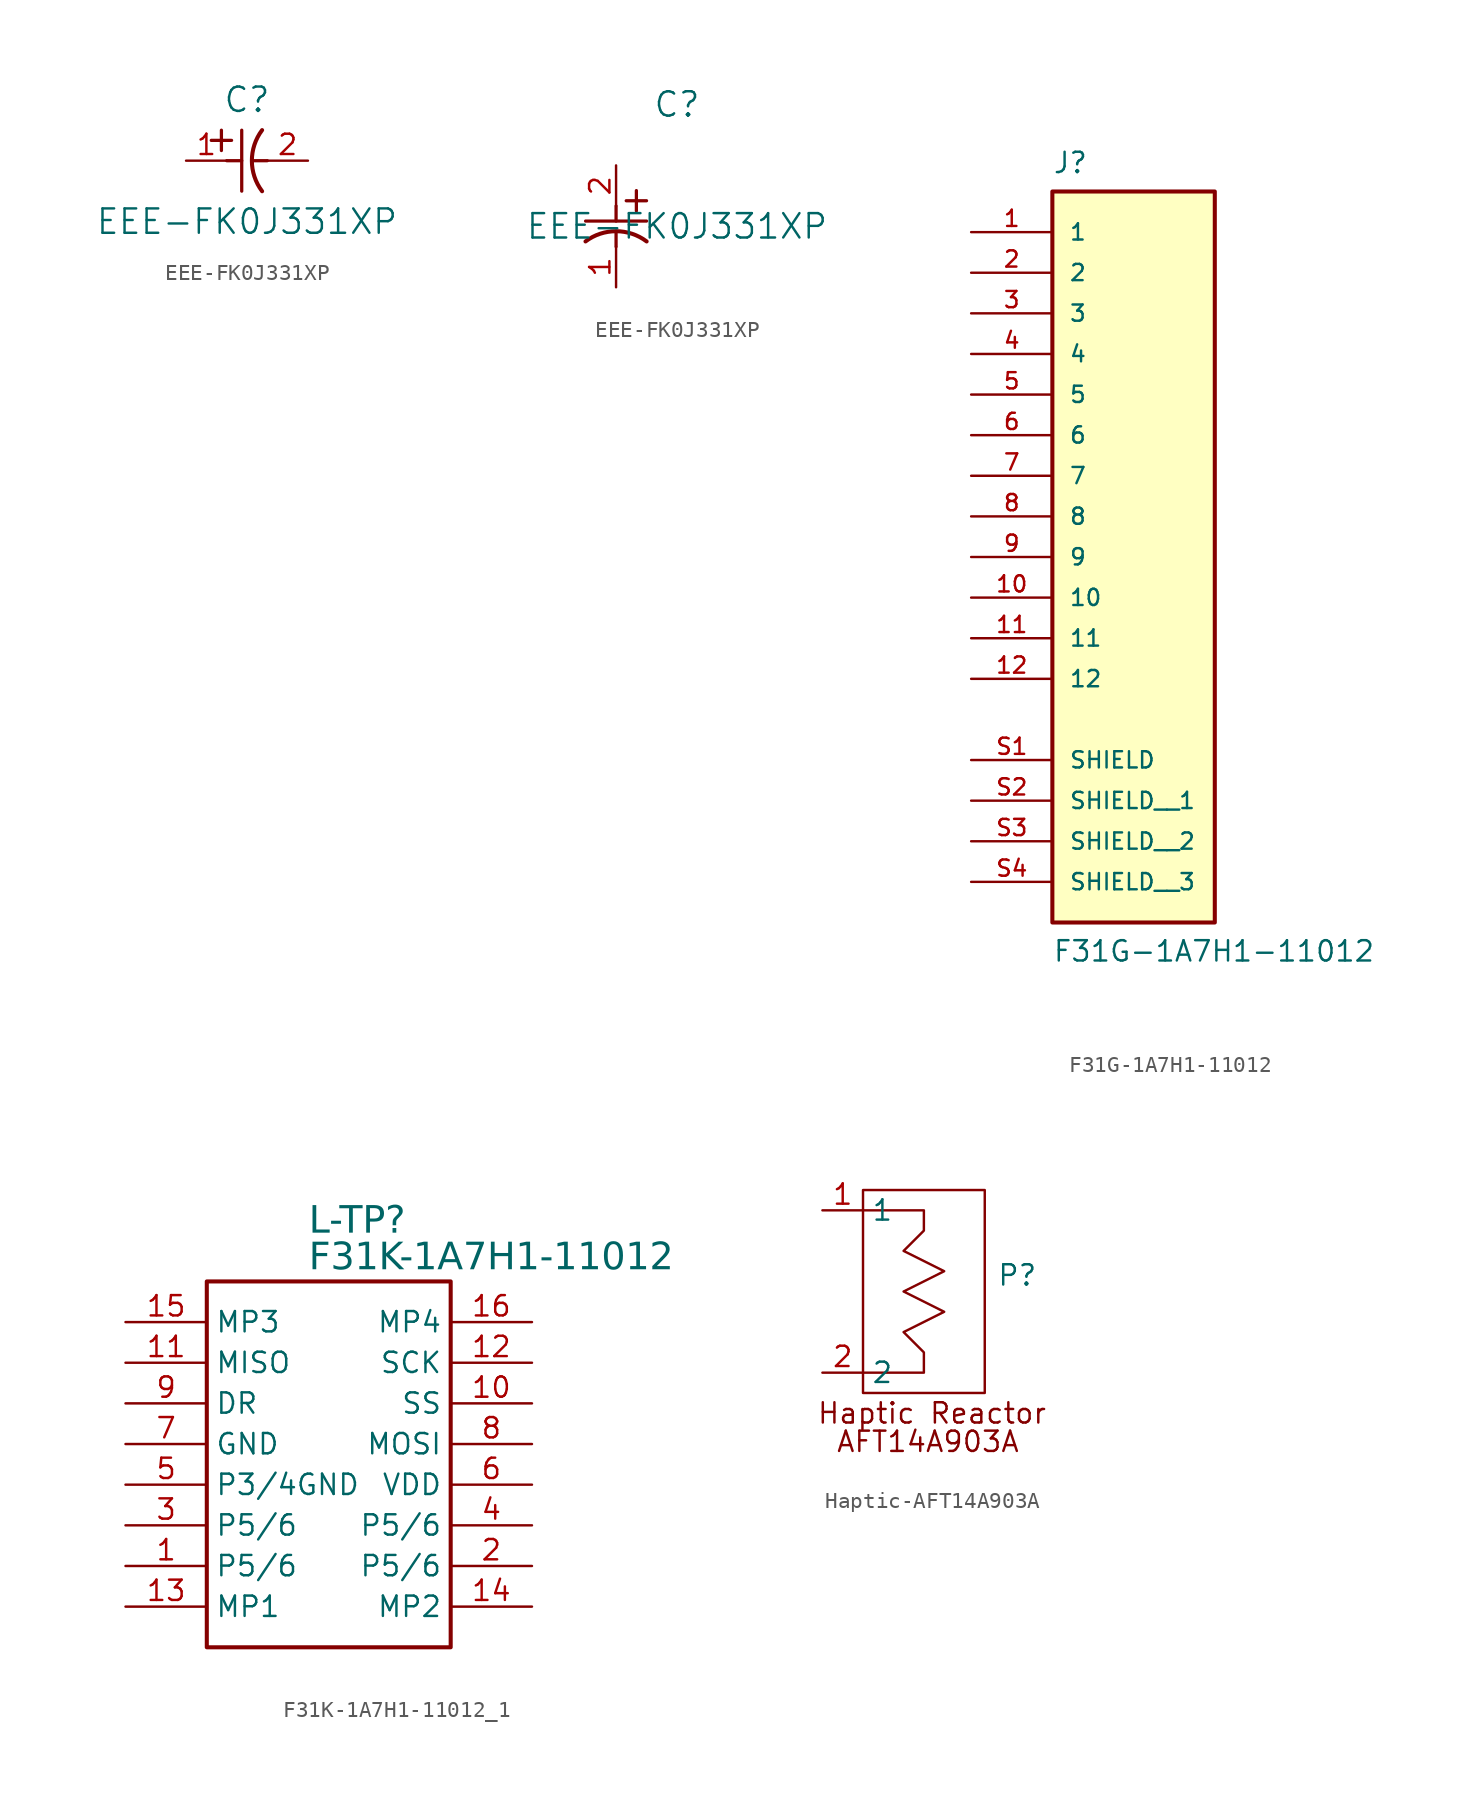
<source format=kicad_sym>
(kicad_symbol_lib
  (version 20241209)
  (generator "kicad_symbol_editor")
  (generator_version "9.0")
  (symbol "EEE-FK0J331XP"
    (pin_names
      (offset 0.254))
    (property "Reference" "C"
      (at 3.81 3.81 0)
      (effects (font (size 1.524 1.524))))
    (property "Value" "EEE-FK0J331XP"
      (at 3.81 -3.81 0)
      (effects (font (size 1.524 1.524))))
    (symbol "EEE-FK0J331XP_1_1"
      (polyline (pts (xy 1.575 1.27) (xy 2.845 1.27)) (stroke (width 0.203) (type default)) (fill (type none)))
      (polyline (pts (xy 2.21 0.635) (xy 2.21 1.905)) (stroke (width 0.203) (type default)) (fill (type none)))
      (polyline (pts (xy 2.54 0) (xy 3.48 0)) (stroke (width 0.203) (type default)) (fill (type none)))
      (polyline (pts (xy 3.48 -1.905) (xy 3.48 1.905)) (stroke (width 0.203) (type default)) (fill (type none)))
      (polyline (pts (xy 4.115 0) (xy 5.08 0)) (stroke (width 0.203) (type default)) (fill (type none)))
      (arc (start 4.7541 -1.9108) (mid 4.1148 0) (end 4.7541 1.9108) (stroke (width 0.254) (type default)) (fill (type none)))
      (pin unspecified line (at 0 0 0) (length 2.54) (name "" (effects (font (size 1.27 1.27)))) (number "1" (effects (font (size 1.27 1.27)))))
      (pin unspecified line (at 7.62 0 180) (length 2.54) (name "" (effects (font (size 1.27 1.27)))) (number "2" (effects (font (size 1.27 1.27))))))
    (symbol "EEE-FK0J331XP_1_2"
      (polyline (pts (xy -1.905 -3.48) (xy 1.905 -3.48)) (stroke (width 0.203) (type default)) (fill (type none)))
      (polyline (pts (xy 0 -2.54) (xy 0 -3.48)) (stroke (width 0.203) (type default)) (fill (type none)))
      (polyline (pts (xy 0 -4.115) (xy 0 -5.08)) (stroke (width 0.203) (type default)) (fill (type none)))
      (arc (start -1.9108 -4.7541) (mid 0 -4.1148) (end 1.9108 -4.7541) (stroke (width 0.254) (type default)) (fill (type none)))
      (polyline (pts (xy 0.635 -2.21) (xy 1.905 -2.21)) (stroke (width 0.203) (type default)) (fill (type none)))
      (polyline (pts (xy 1.27 -1.575) (xy 1.27 -2.845)) (stroke (width 0.203) (type default)) (fill (type none)))
      (pin unspecified line (at 0 0 270) (length 2.54) (name "" (effects (font (size 1.27 1.27)))) (number "2" (effects (font (size 1.27 1.27)))))
      (pin unspecified line (at 0 -7.62 90) (length 2.54) (name "" (effects (font (size 1.27 1.27)))) (number "1" (effects (font (size 1.27 1.27)))))))
  (symbol "F31G-1A7H1-11012"
    (pin_names
      (offset 1.016))
    (property "Reference" "J"
      (at -5.08 20.32 0)
      (effects (font (size 1.27 1.27)) (justify left top)))
    (property "Value" "F31G-1A7H1-11012"
      (at -5.08 -30.48 0)
      (effects (font (size 1.27 1.27)) (justify left bottom)))
    (symbol "F31G-1A7H1-11012_0_0"
      (rectangle (start -5.08 -27.94) (end 5.08 17.78) (stroke (width 0.254) (type default)) (fill (type background)))
      (pin passive line (at -10.16 15.24 0) (length 5.08) (name "1" (effects (font (size 1.016 1.016)))) (number "1" (effects (font (size 1.016 1.016)))))
      (pin passive line (at -10.16 12.7 0) (length 5.08) (name "2" (effects (font (size 1.016 1.016)))) (number "2" (effects (font (size 1.016 1.016)))))
      (pin passive line (at -10.16 10.16 0) (length 5.08) (name "3" (effects (font (size 1.016 1.016)))) (number "3" (effects (font (size 1.016 1.016)))))
      (pin passive line (at -10.16 7.62 0) (length 5.08) (name "4" (effects (font (size 1.016 1.016)))) (number "4" (effects (font (size 1.016 1.016)))))
      (pin passive line (at -10.16 5.08 0) (length 5.08) (name "5" (effects (font (size 1.016 1.016)))) (number "5" (effects (font (size 1.016 1.016)))))
      (pin passive line (at -10.16 2.54 0) (length 5.08) (name "6" (effects (font (size 1.016 1.016)))) (number "6" (effects (font (size 1.016 1.016)))))
      (pin passive line (at -10.16 0 0) (length 5.08) (name "7" (effects (font (size 1.016 1.016)))) (number "7" (effects (font (size 1.016 1.016)))))
      (pin passive line (at -10.16 -2.54 0) (length 5.08) (name "8" (effects (font (size 1.016 1.016)))) (number "8" (effects (font (size 1.016 1.016)))))
      (pin passive line (at -10.16 -5.08 0) (length 5.08) (name "9" (effects (font (size 1.016 1.016)))) (number "9" (effects (font (size 1.016 1.016)))))
      (pin passive line (at -10.16 -7.62 0) (length 5.08) (name "10" (effects (font (size 1.016 1.016)))) (number "10" (effects (font (size 1.016 1.016)))))
      (pin passive line (at -10.16 -10.16 0) (length 5.08) (name "11" (effects (font (size 1.016 1.016)))) (number "11" (effects (font (size 1.016 1.016)))))
      (pin passive line (at -10.16 -12.7 0) (length 5.08) (name "12" (effects (font (size 1.016 1.016)))) (number "12" (effects (font (size 1.016 1.016)))))
      (pin passive line (at -10.16 -17.78 0) (length 5.08) (name "SHIELD" (effects (font (size 1.016 1.016)))) (number "S1" (effects (font (size 1.016 1.016)))))
      (pin passive line (at -10.16 -20.32 0) (length 5.08) (name "SHIELD__1" (effects (font (size 1.016 1.016)))) (number "S2" (effects (font (size 1.016 1.016)))))
      (pin passive line (at -10.16 -22.86 0) (length 5.08) (name "SHIELD__2" (effects (font (size 1.016 1.016)))) (number "S3" (effects (font (size 1.016 1.016)))))
      (pin passive line (at -10.16 -25.4 0) (length 5.08) (name "SHIELD__3" (effects (font (size 1.016 1.016)))) (number "S4" (effects (font (size 1.016 1.016)))))))
  (symbol "F31K-1A7H1-11012_1"
    (property "Reference" "L-TP"
      (at -1.245 16.167 0)
      (effects (font (face "Arial") (size 1.689 1.689)) (justify left top)))
    (property "Value" "F31K-1A7H1-11012"
      (at -1.245 13.881 0)
      (effects (font (face "Arial") (size 1.689 1.689)) (justify left top)))
    (symbol "F31K-1A7H1-11012_1_0_0"
      (polyline (pts (xy -7.62 11.43) (xy 7.62 11.43) (xy 7.62 -11.43) (xy -7.62 -11.43) (xy -7.62 11.43)) (stroke (width 0.254) (type solid)) (fill (type none)))
      (pin unspecified line (at -12.7 8.89 0) (length 5.08) (name "MP3" (effects (font (size 1.27 1.27)))) (number "15" (effects (font (size 1.27 1.27)))))
      (pin unspecified line (at -12.7 6.35 0) (length 5.08) (name "MISO" (effects (font (size 1.27 1.27)))) (number "11" (effects (font (size 1.27 1.27)))))
      (pin unspecified line (at -12.7 3.81 0) (length 5.08) (name "DR" (effects (font (size 1.27 1.27)))) (number "9" (effects (font (size 1.27 1.27)))))
      (pin unspecified line (at -12.7 1.27 0) (length 5.08) (name "GND" (effects (font (size 1.27 1.27)))) (number "7" (effects (font (size 1.27 1.27)))))
      (pin unspecified line (at -12.7 -1.27 0) (length 5.08) (name "P3/4GND" (effects (font (size 1.27 1.27)))) (number "5" (effects (font (size 1.27 1.27)))))
      (pin unspecified line (at -12.7 -3.81 0) (length 5.08) (name "P5/6" (effects (font (size 1.27 1.27)))) (number "3" (effects (font (size 1.27 1.27)))))
      (pin unspecified line (at -12.7 -6.35 0) (length 5.08) (name "P5/6" (effects (font (size 1.27 1.27)))) (number "1" (effects (font (size 1.27 1.27)))))
      (pin unspecified line (at -12.7 -8.89 0) (length 5.08) (name "MP1" (effects (font (size 1.27 1.27)))) (number "13" (effects (font (size 1.27 1.27)))))
      (pin unspecified line (at 12.7 8.89 180) (length 5.08) (name "MP4" (effects (font (size 1.27 1.27)))) (number "16" (effects (font (size 1.27 1.27)))))
      (pin unspecified line (at 12.7 6.35 180) (length 5.08) (name "SCK" (effects (font (size 1.27 1.27)))) (number "12" (effects (font (size 1.27 1.27)))))
      (pin unspecified line (at 12.7 3.81 180) (length 5.08) (name "SS" (effects (font (size 1.27 1.27)))) (number "10" (effects (font (size 1.27 1.27)))))
      (pin unspecified line (at 12.7 1.27 180) (length 5.08) (name "MOSI" (effects (font (size 1.27 1.27)))) (number "8" (effects (font (size 1.27 1.27)))))
      (pin unspecified line (at 12.7 -1.27 180) (length 5.08) (name "VDD" (effects (font (size 1.27 1.27)))) (number "6" (effects (font (size 1.27 1.27)))))
      (pin unspecified line (at 12.7 -3.81 180) (length 5.08) (name "P5/6" (effects (font (size 1.27 1.27)))) (number "4" (effects (font (size 1.27 1.27)))))
      (pin unspecified line (at 12.7 -6.35 180) (length 5.08) (name "P5/6" (effects (font (size 1.27 1.27)))) (number "2" (effects (font (size 1.27 1.27)))))
      (pin unspecified line (at 12.7 -8.89 180) (length 5.08) (name "MP2" (effects (font (size 1.27 1.27)))) (number "14" (effects (font (size 1.27 1.27)))))))
  (symbol "Haptic-AFT14A903A"
    (property "Reference" "P"
      (at 0.762 -0.254 0)
      (effects (font (size 1.27 1.27))))
    (symbol "Haptic-AFT14A903A_1_0"
      (pin input line (at -11.43 3.81 0) (length 2.54) (name "1" (effects (font (size 1.27 1.27)))) (number "1" (effects (font (size 1.27 1.27)))))
      (pin input line (at -11.43 -6.35 0) (length 2.54) (name "2" (effects (font (size 1.27 1.27)))) (number "2" (effects (font (size 1.27 1.27))))))
    (symbol "Haptic-AFT14A903A_1_1"
      (rectangle (start -8.89 5.08) (end -1.27 -7.62) (stroke (width 0) (type default)) (fill (type none)))
      (polyline (pts (xy -8.89 3.81) (xy -5.08 3.81) (xy -5.08 2.54) (xy -6.35 1.27) (xy -3.81 0) (xy -6.35 -1.27) (xy -3.81 -2.54) (xy -6.35 -3.81) (xy -5.08 -5.08) (xy -5.08 -6.35) (xy -8.89 -6.35)) (stroke (width 0) (type default)) (fill (type none)))
      (text "AFT14A903A" (at -4.826 -10.668 0) (effects (font (size 1.27 1.27))))
      (text "Haptic Reactor" (at -4.572 -8.89 0) (effects (font (size 1.27 1.27)))))))
</source>
